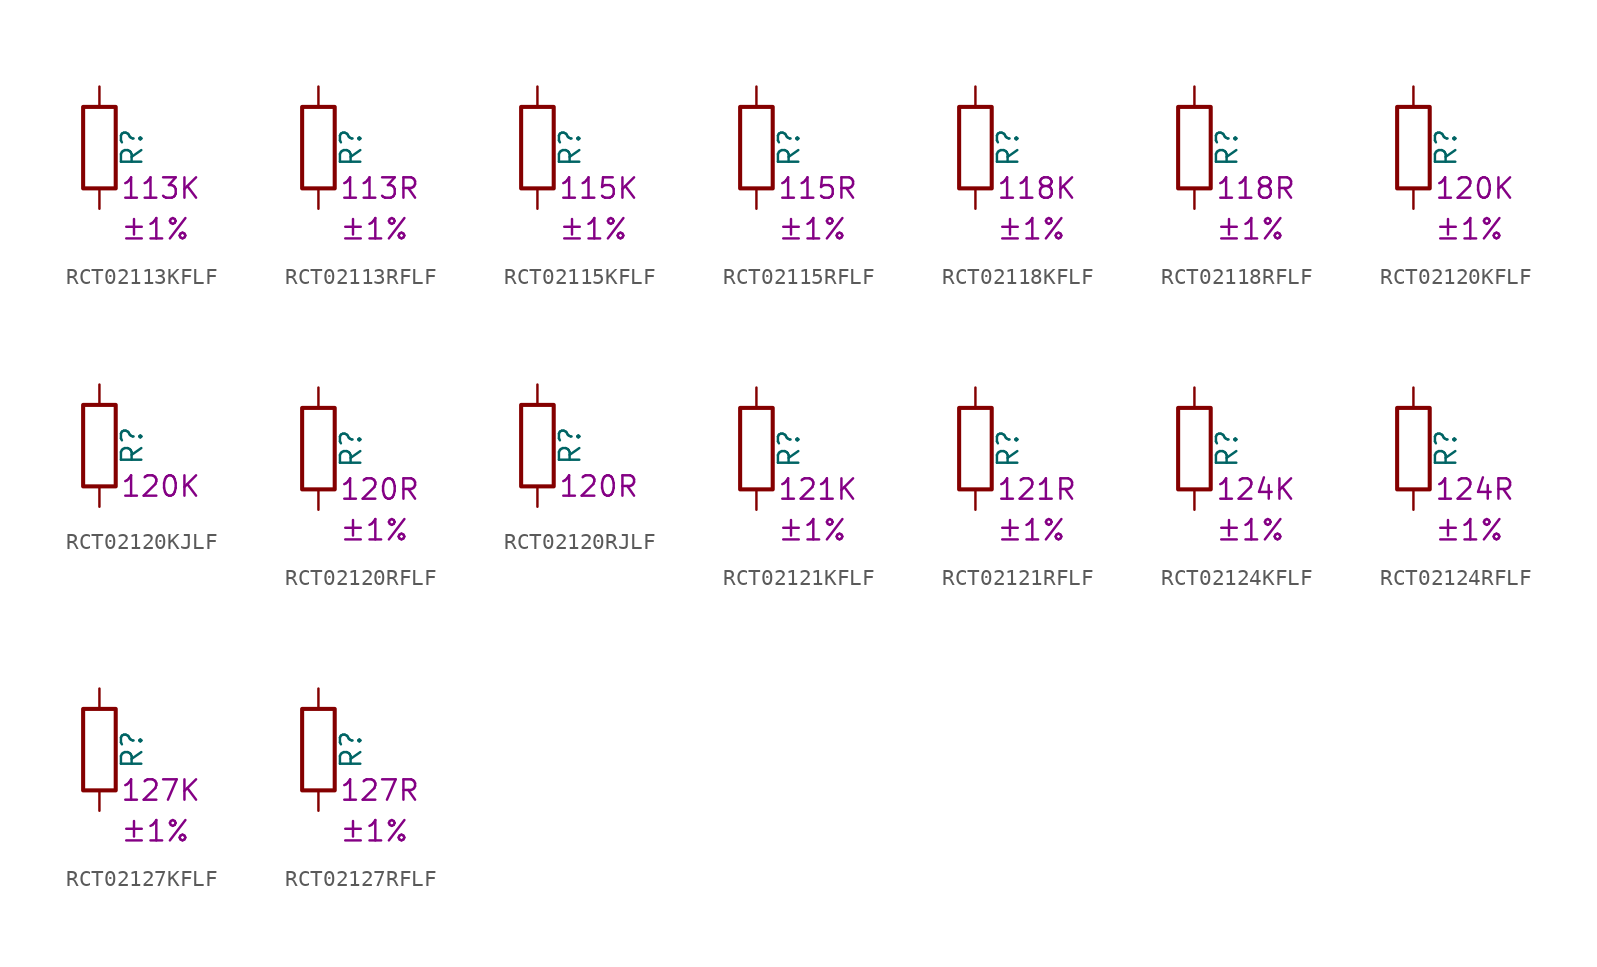
<source format=kicad_sym>
(kicad_symbol_lib
  (version 20220914)
  (generator kicad_symbol_editor)
  (symbol "RCT02113KFLF"
    (pin_numbers hide)
    (pin_names
      (offset 0))
    (property "Reference" "R"
      (at 2.032 0 90)
      (effects (font (size 1.27 1.27))))
    (property "Resistance" "113K"
      (at 1.27 -2.54 0)
      (effects (font (size 1.27 1.27)) (justify left)))
    (property "Tolerance" "±1%"
      (at 1.27 -5.08 0)
      (effects (font (size 1.27 1.27)) (justify left)))
    (symbol "RCT02113KFLF_0_1"
      (rectangle (start -1.016 -2.54) (end 1.016 2.54) (stroke (width 0.254) (type default)) (fill (type none))))
    (symbol "RCT02113KFLF_1_1"
      (pin passive line (at 0 3.81 270) (length 1.27) (name "~" (effects (font (size 1.27 1.27)))) (number "1" (effects (font (size 1.27 1.27)))))
      (pin passive line (at 0 -3.81 90) (length 1.27) (name "~" (effects (font (size 1.27 1.27)))) (number "2" (effects (font (size 1.27 1.27)))))))
  (symbol "RCT02113RFLF"
    (pin_numbers hide)
    (pin_names
      (offset 0))
    (property "Reference" "R"
      (at 2.032 0 90)
      (effects (font (size 1.27 1.27))))
    (property "Resistance" "113R"
      (at 1.27 -2.54 0)
      (effects (font (size 1.27 1.27)) (justify left)))
    (property "Tolerance" "±1%"
      (at 1.27 -5.08 0)
      (effects (font (size 1.27 1.27)) (justify left)))
    (symbol "RCT02113RFLF_0_1"
      (rectangle (start -1.016 -2.54) (end 1.016 2.54) (stroke (width 0.254) (type default)) (fill (type none))))
    (symbol "RCT02113RFLF_1_1"
      (pin passive line (at 0 3.81 270) (length 1.27) (name "~" (effects (font (size 1.27 1.27)))) (number "1" (effects (font (size 1.27 1.27)))))
      (pin passive line (at 0 -3.81 90) (length 1.27) (name "~" (effects (font (size 1.27 1.27)))) (number "2" (effects (font (size 1.27 1.27)))))))
  (symbol "RCT02115KFLF"
    (pin_numbers hide)
    (pin_names
      (offset 0))
    (property "Reference" "R"
      (at 2.032 0 90)
      (effects (font (size 1.27 1.27))))
    (property "Resistance" "115K"
      (at 1.27 -2.54 0)
      (effects (font (size 1.27 1.27)) (justify left)))
    (property "Tolerance" "±1%"
      (at 1.27 -5.08 0)
      (effects (font (size 1.27 1.27)) (justify left)))
    (symbol "RCT02115KFLF_0_1"
      (rectangle (start -1.016 -2.54) (end 1.016 2.54) (stroke (width 0.254) (type default)) (fill (type none))))
    (symbol "RCT02115KFLF_1_1"
      (pin passive line (at 0 3.81 270) (length 1.27) (name "~" (effects (font (size 1.27 1.27)))) (number "1" (effects (font (size 1.27 1.27)))))
      (pin passive line (at 0 -3.81 90) (length 1.27) (name "~" (effects (font (size 1.27 1.27)))) (number "2" (effects (font (size 1.27 1.27)))))))
  (symbol "RCT02115RFLF"
    (pin_numbers hide)
    (pin_names
      (offset 0))
    (property "Reference" "R"
      (at 2.032 0 90)
      (effects (font (size 1.27 1.27))))
    (property "Resistance" "115R"
      (at 1.27 -2.54 0)
      (effects (font (size 1.27 1.27)) (justify left)))
    (property "Tolerance" "±1%"
      (at 1.27 -5.08 0)
      (effects (font (size 1.27 1.27)) (justify left)))
    (symbol "RCT02115RFLF_0_1"
      (rectangle (start -1.016 -2.54) (end 1.016 2.54) (stroke (width 0.254) (type default)) (fill (type none))))
    (symbol "RCT02115RFLF_1_1"
      (pin passive line (at 0 3.81 270) (length 1.27) (name "~" (effects (font (size 1.27 1.27)))) (number "1" (effects (font (size 1.27 1.27)))))
      (pin passive line (at 0 -3.81 90) (length 1.27) (name "~" (effects (font (size 1.27 1.27)))) (number "2" (effects (font (size 1.27 1.27)))))))
  (symbol "RCT02118KFLF"
    (pin_numbers hide)
    (pin_names
      (offset 0))
    (property "Reference" "R"
      (at 2.032 0 90)
      (effects (font (size 1.27 1.27))))
    (property "Resistance" "118K"
      (at 1.27 -2.54 0)
      (effects (font (size 1.27 1.27)) (justify left)))
    (property "Tolerance" "±1%"
      (at 1.27 -5.08 0)
      (effects (font (size 1.27 1.27)) (justify left)))
    (symbol "RCT02118KFLF_0_1"
      (rectangle (start -1.016 -2.54) (end 1.016 2.54) (stroke (width 0.254) (type default)) (fill (type none))))
    (symbol "RCT02118KFLF_1_1"
      (pin passive line (at 0 3.81 270) (length 1.27) (name "~" (effects (font (size 1.27 1.27)))) (number "1" (effects (font (size 1.27 1.27)))))
      (pin passive line (at 0 -3.81 90) (length 1.27) (name "~" (effects (font (size 1.27 1.27)))) (number "2" (effects (font (size 1.27 1.27)))))))
  (symbol "RCT02118RFLF"
    (pin_numbers hide)
    (pin_names
      (offset 0))
    (property "Reference" "R"
      (at 2.032 0 90)
      (effects (font (size 1.27 1.27))))
    (property "Resistance" "118R"
      (at 1.27 -2.54 0)
      (effects (font (size 1.27 1.27)) (justify left)))
    (property "Tolerance" "±1%"
      (at 1.27 -5.08 0)
      (effects (font (size 1.27 1.27)) (justify left)))
    (symbol "RCT02118RFLF_0_1"
      (rectangle (start -1.016 -2.54) (end 1.016 2.54) (stroke (width 0.254) (type default)) (fill (type none))))
    (symbol "RCT02118RFLF_1_1"
      (pin passive line (at 0 3.81 270) (length 1.27) (name "~" (effects (font (size 1.27 1.27)))) (number "1" (effects (font (size 1.27 1.27)))))
      (pin passive line (at 0 -3.81 90) (length 1.27) (name "~" (effects (font (size 1.27 1.27)))) (number "2" (effects (font (size 1.27 1.27)))))))
  (symbol "RCT02120KFLF"
    (pin_numbers hide)
    (pin_names
      (offset 0))
    (property "Reference" "R"
      (at 2.032 0 90)
      (effects (font (size 1.27 1.27))))
    (property "Resistance" "120K"
      (at 1.27 -2.54 0)
      (effects (font (size 1.27 1.27)) (justify left)))
    (property "Tolerance" "±1%"
      (at 1.27 -5.08 0)
      (effects (font (size 1.27 1.27)) (justify left)))
    (symbol "RCT02120KFLF_0_1"
      (rectangle (start -1.016 -2.54) (end 1.016 2.54) (stroke (width 0.254) (type default)) (fill (type none))))
    (symbol "RCT02120KFLF_1_1"
      (pin passive line (at 0 3.81 270) (length 1.27) (name "~" (effects (font (size 1.27 1.27)))) (number "1" (effects (font (size 1.27 1.27)))))
      (pin passive line (at 0 -3.81 90) (length 1.27) (name "~" (effects (font (size 1.27 1.27)))) (number "2" (effects (font (size 1.27 1.27)))))))
  (symbol "RCT02120KJLF"
    (pin_numbers hide)
    (pin_names
      (offset 0))
    (property "Reference" "R"
      (at 2.032 0 90)
      (effects (font (size 1.27 1.27))))
    (property "Resistance" "120K"
      (at 1.27 -2.54 0)
      (effects (font (size 1.27 1.27)) (justify left)))
    (symbol "RCT02120KJLF_0_1"
      (rectangle (start -1.016 -2.54) (end 1.016 2.54) (stroke (width 0.254) (type default)) (fill (type none))))
    (symbol "RCT02120KJLF_1_1"
      (pin passive line (at 0 3.81 270) (length 1.27) (name "~" (effects (font (size 1.27 1.27)))) (number "1" (effects (font (size 1.27 1.27)))))
      (pin passive line (at 0 -3.81 90) (length 1.27) (name "~" (effects (font (size 1.27 1.27)))) (number "2" (effects (font (size 1.27 1.27)))))))
  (symbol "RCT02120RFLF"
    (pin_numbers hide)
    (pin_names
      (offset 0))
    (property "Reference" "R"
      (at 2.032 0 90)
      (effects (font (size 1.27 1.27))))
    (property "Resistance" "120R"
      (at 1.27 -2.54 0)
      (effects (font (size 1.27 1.27)) (justify left)))
    (property "Tolerance" "±1%"
      (at 1.27 -5.08 0)
      (effects (font (size 1.27 1.27)) (justify left)))
    (symbol "RCT02120RFLF_0_1"
      (rectangle (start -1.016 -2.54) (end 1.016 2.54) (stroke (width 0.254) (type default)) (fill (type none))))
    (symbol "RCT02120RFLF_1_1"
      (pin passive line (at 0 3.81 270) (length 1.27) (name "~" (effects (font (size 1.27 1.27)))) (number "1" (effects (font (size 1.27 1.27)))))
      (pin passive line (at 0 -3.81 90) (length 1.27) (name "~" (effects (font (size 1.27 1.27)))) (number "2" (effects (font (size 1.27 1.27)))))))
  (symbol "RCT02120RJLF"
    (pin_numbers hide)
    (pin_names
      (offset 0))
    (property "Reference" "R"
      (at 2.032 0 90)
      (effects (font (size 1.27 1.27))))
    (property "Resistance" "120R"
      (at 1.27 -2.54 0)
      (effects (font (size 1.27 1.27)) (justify left)))
    (symbol "RCT02120RJLF_0_1"
      (rectangle (start -1.016 -2.54) (end 1.016 2.54) (stroke (width 0.254) (type default)) (fill (type none))))
    (symbol "RCT02120RJLF_1_1"
      (pin passive line (at 0 3.81 270) (length 1.27) (name "~" (effects (font (size 1.27 1.27)))) (number "1" (effects (font (size 1.27 1.27)))))
      (pin passive line (at 0 -3.81 90) (length 1.27) (name "~" (effects (font (size 1.27 1.27)))) (number "2" (effects (font (size 1.27 1.27)))))))
  (symbol "RCT02121KFLF"
    (pin_numbers hide)
    (pin_names
      (offset 0))
    (property "Reference" "R"
      (at 2.032 0 90)
      (effects (font (size 1.27 1.27))))
    (property "Resistance" "121K"
      (at 1.27 -2.54 0)
      (effects (font (size 1.27 1.27)) (justify left)))
    (property "Tolerance" "±1%"
      (at 1.27 -5.08 0)
      (effects (font (size 1.27 1.27)) (justify left)))
    (symbol "RCT02121KFLF_0_1"
      (rectangle (start -1.016 -2.54) (end 1.016 2.54) (stroke (width 0.254) (type default)) (fill (type none))))
    (symbol "RCT02121KFLF_1_1"
      (pin passive line (at 0 3.81 270) (length 1.27) (name "~" (effects (font (size 1.27 1.27)))) (number "1" (effects (font (size 1.27 1.27)))))
      (pin passive line (at 0 -3.81 90) (length 1.27) (name "~" (effects (font (size 1.27 1.27)))) (number "2" (effects (font (size 1.27 1.27)))))))
  (symbol "RCT02121RFLF"
    (pin_numbers hide)
    (pin_names
      (offset 0))
    (property "Reference" "R"
      (at 2.032 0 90)
      (effects (font (size 1.27 1.27))))
    (property "Resistance" "121R"
      (at 1.27 -2.54 0)
      (effects (font (size 1.27 1.27)) (justify left)))
    (property "Tolerance" "±1%"
      (at 1.27 -5.08 0)
      (effects (font (size 1.27 1.27)) (justify left)))
    (symbol "RCT02121RFLF_0_1"
      (rectangle (start -1.016 -2.54) (end 1.016 2.54) (stroke (width 0.254) (type default)) (fill (type none))))
    (symbol "RCT02121RFLF_1_1"
      (pin passive line (at 0 3.81 270) (length 1.27) (name "~" (effects (font (size 1.27 1.27)))) (number "1" (effects (font (size 1.27 1.27)))))
      (pin passive line (at 0 -3.81 90) (length 1.27) (name "~" (effects (font (size 1.27 1.27)))) (number "2" (effects (font (size 1.27 1.27)))))))
  (symbol "RCT02124KFLF"
    (pin_numbers hide)
    (pin_names
      (offset 0))
    (property "Reference" "R"
      (at 2.032 0 90)
      (effects (font (size 1.27 1.27))))
    (property "Resistance" "124K"
      (at 1.27 -2.54 0)
      (effects (font (size 1.27 1.27)) (justify left)))
    (property "Tolerance" "±1%"
      (at 1.27 -5.08 0)
      (effects (font (size 1.27 1.27)) (justify left)))
    (symbol "RCT02124KFLF_0_1"
      (rectangle (start -1.016 -2.54) (end 1.016 2.54) (stroke (width 0.254) (type default)) (fill (type none))))
    (symbol "RCT02124KFLF_1_1"
      (pin passive line (at 0 3.81 270) (length 1.27) (name "~" (effects (font (size 1.27 1.27)))) (number "1" (effects (font (size 1.27 1.27)))))
      (pin passive line (at 0 -3.81 90) (length 1.27) (name "~" (effects (font (size 1.27 1.27)))) (number "2" (effects (font (size 1.27 1.27)))))))
  (symbol "RCT02124RFLF"
    (pin_numbers hide)
    (pin_names
      (offset 0))
    (property "Reference" "R"
      (at 2.032 0 90)
      (effects (font (size 1.27 1.27))))
    (property "Resistance" "124R"
      (at 1.27 -2.54 0)
      (effects (font (size 1.27 1.27)) (justify left)))
    (property "Tolerance" "±1%"
      (at 1.27 -5.08 0)
      (effects (font (size 1.27 1.27)) (justify left)))
    (symbol "RCT02124RFLF_0_1"
      (rectangle (start -1.016 -2.54) (end 1.016 2.54) (stroke (width 0.254) (type default)) (fill (type none))))
    (symbol "RCT02124RFLF_1_1"
      (pin passive line (at 0 3.81 270) (length 1.27) (name "~" (effects (font (size 1.27 1.27)))) (number "1" (effects (font (size 1.27 1.27)))))
      (pin passive line (at 0 -3.81 90) (length 1.27) (name "~" (effects (font (size 1.27 1.27)))) (number "2" (effects (font (size 1.27 1.27)))))))
  (symbol "RCT02127KFLF"
    (pin_numbers hide)
    (pin_names
      (offset 0))
    (property "Reference" "R"
      (at 2.032 0 90)
      (effects (font (size 1.27 1.27))))
    (property "Resistance" "127K"
      (at 1.27 -2.54 0)
      (effects (font (size 1.27 1.27)) (justify left)))
    (property "Tolerance" "±1%"
      (at 1.27 -5.08 0)
      (effects (font (size 1.27 1.27)) (justify left)))
    (symbol "RCT02127KFLF_0_1"
      (rectangle (start -1.016 -2.54) (end 1.016 2.54) (stroke (width 0.254) (type default)) (fill (type none))))
    (symbol "RCT02127KFLF_1_1"
      (pin passive line (at 0 3.81 270) (length 1.27) (name "~" (effects (font (size 1.27 1.27)))) (number "1" (effects (font (size 1.27 1.27)))))
      (pin passive line (at 0 -3.81 90) (length 1.27) (name "~" (effects (font (size 1.27 1.27)))) (number "2" (effects (font (size 1.27 1.27)))))))
  (symbol "RCT02127RFLF"
    (pin_numbers hide)
    (pin_names
      (offset 0))
    (property "Reference" "R"
      (at 2.032 0 90)
      (effects (font (size 1.27 1.27))))
    (property "Resistance" "127R"
      (at 1.27 -2.54 0)
      (effects (font (size 1.27 1.27)) (justify left)))
    (property "Tolerance" "±1%"
      (at 1.27 -5.08 0)
      (effects (font (size 1.27 1.27)) (justify left)))
    (symbol "RCT02127RFLF_0_1"
      (rectangle (start -1.016 -2.54) (end 1.016 2.54) (stroke (width 0.254) (type default)) (fill (type none))))
    (symbol "RCT02127RFLF_1_1"
      (pin passive line (at 0 3.81 270) (length 1.27) (name "~" (effects (font (size 1.27 1.27)))) (number "1" (effects (font (size 1.27 1.27)))))
      (pin passive line (at 0 -3.81 90) (length 1.27) (name "~" (effects (font (size 1.27 1.27)))) (number "2" (effects (font (size 1.27 1.27))))))))
</source>
